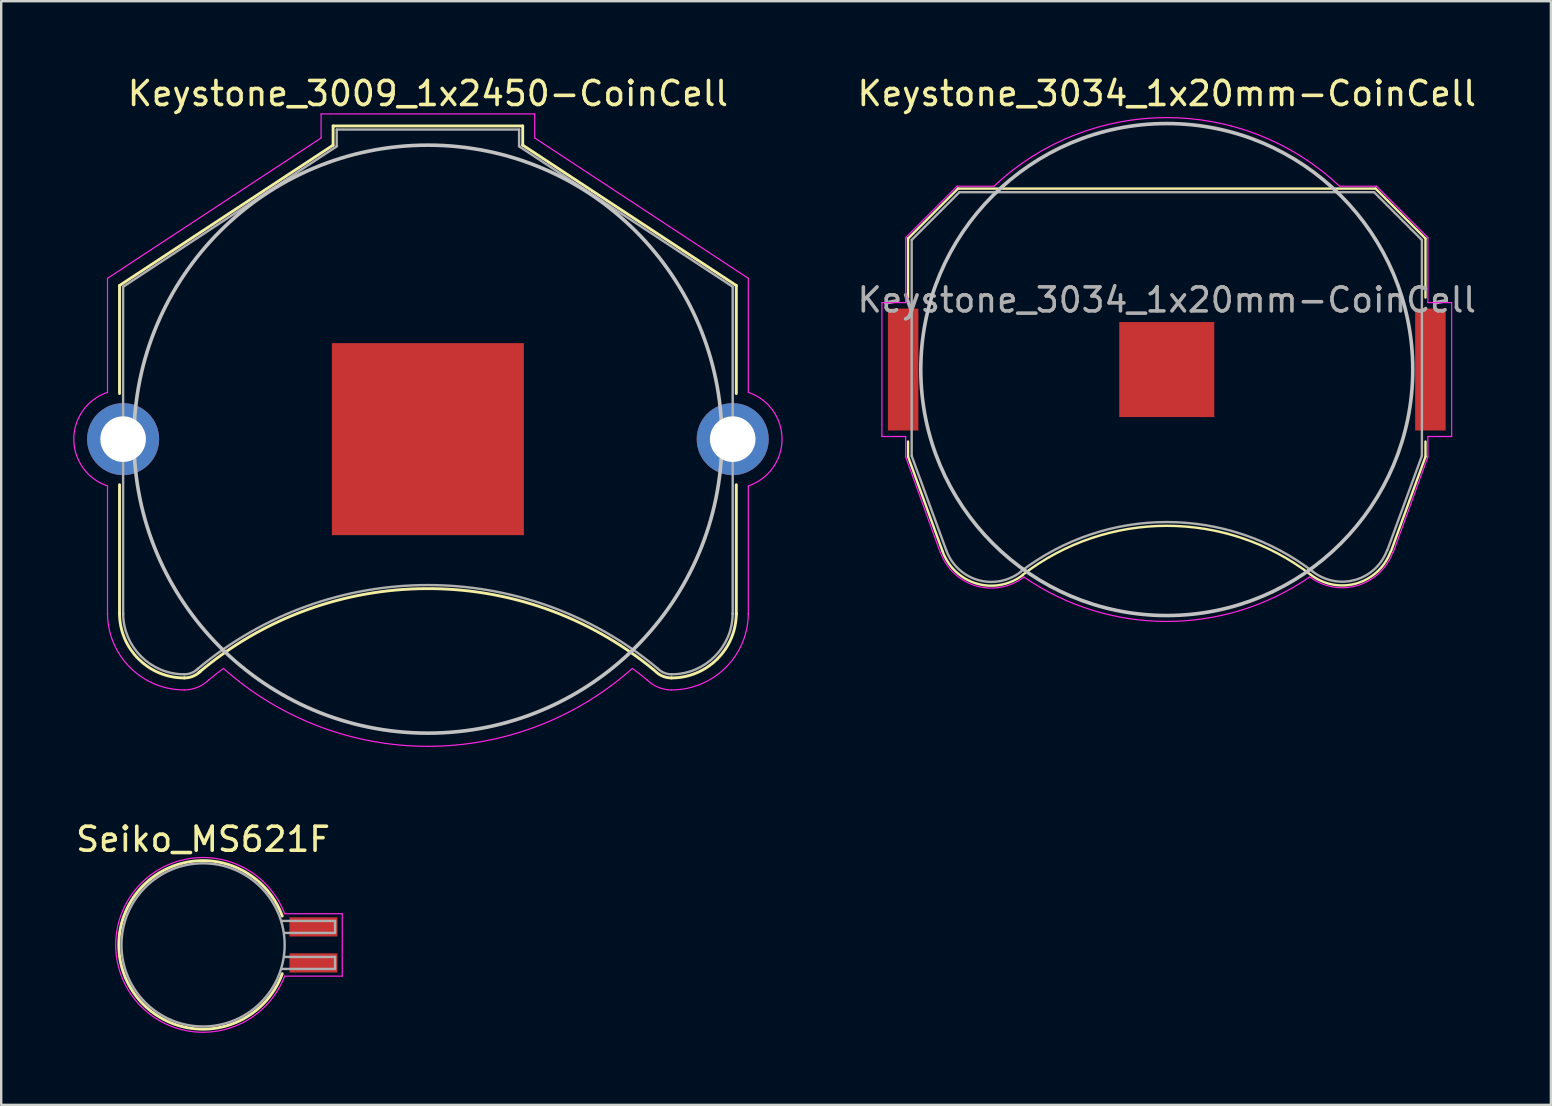
<source format=kicad_pcb>
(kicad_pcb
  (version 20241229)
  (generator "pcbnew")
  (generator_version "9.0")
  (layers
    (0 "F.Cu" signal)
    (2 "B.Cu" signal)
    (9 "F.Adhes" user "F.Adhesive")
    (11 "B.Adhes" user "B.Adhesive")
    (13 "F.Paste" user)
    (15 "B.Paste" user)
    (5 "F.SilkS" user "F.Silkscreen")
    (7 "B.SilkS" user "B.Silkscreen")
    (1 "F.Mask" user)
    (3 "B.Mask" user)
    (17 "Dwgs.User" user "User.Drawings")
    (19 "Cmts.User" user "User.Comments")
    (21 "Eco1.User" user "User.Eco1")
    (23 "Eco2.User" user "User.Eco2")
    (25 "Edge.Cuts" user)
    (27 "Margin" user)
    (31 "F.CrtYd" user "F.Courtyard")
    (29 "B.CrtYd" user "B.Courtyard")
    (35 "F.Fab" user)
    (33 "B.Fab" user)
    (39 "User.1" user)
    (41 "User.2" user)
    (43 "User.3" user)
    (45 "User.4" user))
  (footprint "Keystone_3009_1x2450-CoinCell"
    (layer "F.Cu")
    (at 14.78 15.248)
    (property "Reference" "Keystone_3009_1x2450-CoinCell" (at 0 -14.4 0) (layer "F.SilkS") (effects (font (size 1 1) (thickness 0.15))))
    (attr through_hole)
    (fp_line (start -12.85 -6.4) (end -12.85 -1.9) (stroke (width 0.12) (type solid)) (layer "F.SilkS"))
    (fp_line (start -12.85 1.9) (end -12.85 7.3) (stroke (width 0.12) (type solid)) (layer "F.SilkS"))
    (fp_line (start -3.95 -13.05) (end -3.95 -12.25) (stroke (width 0.12) (type solid)) (layer "F.SilkS"))
    (fp_line (start -3.95 -13.05) (end 3.95 -13.05) (stroke (width 0.12) (type solid)) (layer "F.SilkS"))
    (fp_line (start -3.95 -12.25) (end -12.85 -6.4) (stroke (width 0.12) (type solid)) (layer "F.SilkS"))
    (fp_line (start 3.95 -13.05) (end 3.95 -12.25) (stroke (width 0.12) (type solid)) (layer "F.SilkS"))
    (fp_line (start 3.95 -12.25) (end 12.85 -6.4) (stroke (width 0.12) (type solid)) (layer "F.SilkS"))
    (fp_line (start 12.85 -6.4) (end 12.85 -1.9) (stroke (width 0.12) (type solid)) (layer "F.SilkS"))
    (fp_line (start 12.85 1.9) (end 12.85 7.3) (stroke (width 0.12) (type solid)) (layer "F.SilkS"))
    (fp_arc (start -10.15 9.95) (mid -12.059188 9.159188) (end -12.85 7.25) (stroke (width 0.12) (type solid)) (layer "F.SilkS"))
    (fp_arc (start -9.55 9.73) (mid -0.071508 6.228057) (end 9.440443 9.638071) (stroke (width 0.12) (type solid)) (layer "F.SilkS"))
    (fp_arc (start -9.478249 9.671751) (mid -9.786451 9.877685) (end -10.15 9.95) (stroke (width 0.12) (type solid)) (layer "F.SilkS"))
    (fp_arc (start 10.15 9.95) (mid 9.786451 9.877686) (end 9.478249 9.671751) (stroke (width 0.12) (type solid)) (layer "F.SilkS"))
    (fp_arc (start 12.85 7.25) (mid 12.059188 9.159188) (end 10.15 9.95) (stroke (width 0.12) (type solid)) (layer "F.SilkS"))
    (fp_circle (center 0 0) (end 12.25 0) (stroke (width 0.15) (type solid)) (fill no) (layer "Dwgs.User"))
    (fp_line (start -13.35 -6.7) (end -13.35 -1.95) (stroke (width 0.05) (type solid)) (layer "F.CrtYd"))
    (fp_line (start -13.35 1.95) (end -13.35 7.3) (stroke (width 0.05) (type solid)) (layer "F.CrtYd"))
    (fp_line (start -4.45 -13.55) (end -4.45 -12.55) (stroke (width 0.05) (type solid)) (layer "F.CrtYd"))
    (fp_line (start -4.45 -13.55) (end 4.45 -13.55) (stroke (width 0.05) (type solid)) (layer "F.CrtYd"))
    (fp_line (start -4.45 -12.55) (end -13.35 -6.7) (stroke (width 0.05) (type solid)) (layer "F.CrtYd"))
    (fp_line (start 4.45 -13.55) (end 4.45 -12.55) (stroke (width 0.05) (type solid)) (layer "F.CrtYd"))
    (fp_line (start 4.45 -12.55) (end 13.35 -6.7) (stroke (width 0.05) (type solid)) (layer "F.CrtYd"))
    (fp_line (start 13.35 -6.7) (end 13.35 -1.95) (stroke (width 0.05) (type solid)) (layer "F.CrtYd"))
    (fp_line (start 13.35 1.95) (end 13.35 7.3) (stroke (width 0.05) (type solid)) (layer "F.CrtYd"))
    (fp_arc (start -13.35 1.95) (mid -14.755479 0.002334) (end -13.354426 -1.948519) (stroke (width 0.05) (type solid)) (layer "F.CrtYd"))
    (fp_arc (start -10.15 10.45) (mid -12.412742 9.512742) (end -13.35 7.25) (stroke (width 0.05) (type solid)) (layer "F.CrtYd"))
    (fp_arc (start -9.15 10.05) (mid -8.840691 9.798786) (end -8.524488 9.556307) (stroke (width 0.05) (type solid)) (layer "F.CrtYd"))
    (fp_arc (start -9.124695 10.025305) (mid -9.595109 10.339626) (end -10.15 10.45) (stroke (width 0.05) (type solid)) (layer "F.CrtYd"))
    (fp_arc (start 0 12.8) (mid -4.55581 11.961797) (end -8.514949 9.556969) (stroke (width 0.05) (type solid)) (layer "F.CrtYd"))
    (fp_arc (start 8.514949 9.556969) (mid 4.55581 11.961798) (end 0 12.8) (stroke (width 0.05) (type solid)) (layer "F.CrtYd"))
    (fp_arc (start 8.524488 9.556307) (mid 8.840691 9.798786) (end 9.15 10.05) (stroke (width 0.05) (type solid)) (layer "F.CrtYd"))
    (fp_arc (start 10.15 10.45) (mid 9.595109 10.339625) (end 9.124695 10.025305) (stroke (width 0.05) (type solid)) (layer "F.CrtYd"))
    (fp_arc (start 13.35 7.25) (mid 12.412742 9.512742) (end 10.15 10.45) (stroke (width 0.05) (type solid)) (layer "F.CrtYd"))
    (fp_arc (start 13.354426 -1.948519) (mid 14.755479 0.002334) (end 13.35 1.95) (stroke (width 0.05) (type solid)) (layer "F.CrtYd"))
    (fp_line (start -12.7 -6.35) (end -12.7 7.3) (stroke (width 0.1) (type solid)) (layer "F.Fab"))
    (fp_line (start -3.8 -12.9) (end -3.8 -12.2) (stroke (width 0.1) (type solid)) (layer "F.Fab"))
    (fp_line (start -3.8 -12.9) (end 3.8 -12.9) (stroke (width 0.1) (type solid)) (layer "F.Fab"))
    (fp_line (start -3.8 -12.2) (end -12.7 -6.35) (stroke (width 0.1) (type solid)) (layer "F.Fab"))
    (fp_line (start 3.8 -12.9) (end 3.8 -12.2) (stroke (width 0.1) (type solid)) (layer "F.Fab"))
    (fp_line (start 3.8 -12.2) (end 12.7 -6.35) (stroke (width 0.1) (type solid)) (layer "F.Fab"))
    (fp_line (start 12.7 -6.35) (end 12.7 7.3) (stroke (width 0.1) (type solid)) (layer "F.Fab"))
    (fp_arc (start -10.15 9.8) (mid -11.953122 9.053122) (end -12.7 7.25) (stroke (width 0.1) (type solid)) (layer "F.Fab"))
    (fp_arc (start -9.6 9.58) (mid -0.013392 6.081011) (end 9.579482 9.562783) (stroke (width 0.1) (type solid)) (layer "F.Fab"))
    (fp_arc (start -9.584315 9.565685) (mid -9.843853 9.739103) (end -10.15 9.8) (stroke (width 0.1) (type solid)) (layer "F.Fab"))
    (fp_arc (start 10.15 9.8) (mid 9.843853 9.739104) (end 9.584315 9.565685) (stroke (width 0.1) (type solid)) (layer "F.Fab"))
    (fp_arc (start 12.7 7.25) (mid 11.953122 9.053122) (end 10.15 9.8) (stroke (width 0.1) (type solid)) (layer "F.Fab"))
    (pad "1" thru_hole circle (at -12.7 0) (size 3 3) (drill 1.9) (layers "*.Cu" "*.Mask"))
    (pad "1" thru_hole circle (at 12.7 0) (size 3 3) (drill 1.9) (layers "*.Cu" "*.Mask"))
    (pad "2" smd rect (at 0 0) (size 8 8) (layers "F.Cu" "F.Mask")))
  (footprint "Seiko_MS621F"
    (layer "F.Cu")
    (at 10.011 36.322)
    (property "Reference" "Seiko_MS621F" (at -4.6 -4.4 0) (layer "F.SilkS") (effects (font (size 1 1) (thickness 0.15))))
    (attr smd)
    (fp_arc (start -1.3 1.2) (mid -8.11141 0.001035) (end -1.300708 -1.201946) (stroke (width 0.12) (type solid)) (layer "F.SilkS"))
    (fp_line (start -1.2 -1.3) (end 1.2 -1.3) (stroke (width 0.05) (type solid)) (layer "F.CrtYd"))
    (fp_line (start 1.2 -1.3) (end 1.2 1.3) (stroke (width 0.05) (type solid)) (layer "F.CrtYd"))
    (fp_line (start 1.2 1.3) (end -1.2 1.3) (stroke (width 0.05) (type solid)) (layer "F.CrtYd"))
    (fp_arc (start -1.2 1.3) (mid -8.240055 0) (end -1.2 -1.3) (stroke (width 0.05) (type solid)) (layer "F.CrtYd"))
    (fp_line (start -1.3 -1) (end 0.9 -1) (stroke (width 0.1) (type solid)) (layer "F.Fab"))
    (fp_line (start -1.2 0.5) (end 0.9 0.5) (stroke (width 0.1) (type solid)) (layer "F.Fab"))
    (fp_line (start 0.9 -1) (end 0.9 -0.5) (stroke (width 0.1) (type solid)) (layer "F.Fab"))
    (fp_line (start 0.9 -0.5) (end -1.2 -0.5) (stroke (width 0.1) (type solid)) (layer "F.Fab"))
    (fp_line (start 0.9 0.5) (end 0.9 1) (stroke (width 0.1) (type solid)) (layer "F.Fab"))
    (fp_line (start 0.9 1) (end -1.3 1) (stroke (width 0.1) (type solid)) (layer "F.Fab"))
    (fp_circle (center -4.6 0) (end -4.6 3.4) (stroke (width 0.1) (type solid)) (fill no) (layer "F.Fab"))
    (pad "1" smd rect (at 0 -0.75) (size 2 0.8) (layers "F.Cu" "F.Mask" "F.Paste"))
    (pad "2" smd rect (at 0 0.75) (size 2 0.8) (layers "F.Cu" "F.Mask" "F.Paste")))
  (footprint "Keystone_3034_1x20mm-CoinCell"
    (layer "F.Cu")
    (at 45.567 12.348)
    (property "Reference" "Keystone_3034_1x20mm-CoinCell" (at 0 -11.5 0) (layer "F.SilkS") (effects (font (size 1 1) (thickness 0.15))))
    (attr smd)
    (fp_line (start -10.78 -5.46) (end -10.78 -3) (stroke (width 0.1) (type solid)) (layer "F.SilkS"))
    (fp_line (start -10.78 3) (end -10.78 3.63) (stroke (width 0.1) (type solid)) (layer "F.SilkS"))
    (fp_line (start -10.78 3.63) (end -9.34 7.58) (stroke (width 0.1) (type solid)) (layer "F.SilkS"))
    (fp_line (start -8.7 -7.54) (end -10.78 -5.46) (stroke (width 0.1) (type solid)) (layer "F.SilkS"))
    (fp_line (start 8.7 -7.54) (end -8.7 -7.54) (stroke (width 0.1) (type solid)) (layer "F.SilkS"))
    (fp_line (start 8.7 -7.54) (end 10.78 -5.46) (stroke (width 0.1) (type solid)) (layer "F.SilkS"))
    (fp_line (start 10.78 -5.46) (end 10.78 -3) (stroke (width 0.1) (type solid)) (layer "F.SilkS"))
    (fp_line (start 10.78 3) (end 10.78 3.63) (stroke (width 0.1) (type solid)) (layer "F.SilkS"))
    (fp_line (start 10.78 3.63) (end 9.34 7.58) (stroke (width 0.1) (type solid)) (layer "F.SilkS"))
    (fp_arc (start -6.0046 8.553536) (mid -0.002901 6.511341) (end 6 8.55) (stroke (width 0.1) (type solid)) (layer "F.SilkS"))
    (fp_arc (start -6.003354 8.56653) (mid -7.921654 8.918738) (end -9.34 7.58) (stroke (width 0.1) (type solid)) (layer "F.SilkS"))
    (fp_arc (start 9.325243 7.588169) (mid 7.90634 8.911668) (end 6 8.55) (stroke (width 0.1) (type solid)) (layer "F.SilkS"))
    (fp_circle (center 0 0) (end 0 10.25) (stroke (width 0.15) (type solid)) (fill no) (layer "Dwgs.User"))
    (fp_line (start -11.87 -2.79) (end -11.87 2.79) (stroke (width 0.05) (type solid)) (layer "F.CrtYd"))
    (fp_line (start -11.87 2.79) (end -10.88 2.79) (stroke (width 0.05) (type solid)) (layer "F.CrtYd"))
    (fp_line (start -10.88 -5.5) (end -10.88 -2.79) (stroke (width 0.05) (type solid)) (layer "F.CrtYd"))
    (fp_line (start -10.88 -2.79) (end -11.87 -2.79) (stroke (width 0.05) (type solid)) (layer "F.CrtYd"))
    (fp_line (start -10.88 2.79) (end -10.88 3.64) (stroke (width 0.05) (type solid)) (layer "F.CrtYd"))
    (fp_line (start -10.88 3.64) (end -9.44 7.62) (stroke (width 0.05) (type solid)) (layer "F.CrtYd"))
    (fp_line (start -8.74 -7.64) (end -10.88 -5.5) (stroke (width 0.05) (type solid)) (layer "F.CrtYd"))
    (fp_line (start -7.2 -7.64) (end -8.74 -7.64) (stroke (width 0.05) (type solid)) (layer "F.CrtYd"))
    (fp_line (start 8.74 -7.64) (end 7.2 -7.64) (stroke (width 0.05) (type solid)) (layer "F.CrtYd"))
    (fp_line (start 9.43 7.63) (end 10.88 3.64) (stroke (width 0.05) (type solid)) (layer "F.CrtYd"))
    (fp_line (start 10.88 -5.5) (end 8.74 -7.64) (stroke (width 0.05) (type solid)) (layer "F.CrtYd"))
    (fp_line (start 10.88 -2.79) (end 10.88 -5.5) (stroke (width 0.05) (type solid)) (layer "F.CrtYd"))
    (fp_line (start 10.88 2.79) (end 11.87 2.79) (stroke (width 0.05) (type solid)) (layer "F.CrtYd"))
    (fp_line (start 10.88 3.64) (end 10.88 2.79) (stroke (width 0.05) (type solid)) (layer "F.CrtYd"))
    (fp_line (start 11.87 -2.79) (end 10.88 -2.79) (stroke (width 0.05) (type solid)) (layer "F.CrtYd"))
    (fp_line (start 11.87 2.79) (end 11.87 -2.79) (stroke (width 0.05) (type solid)) (layer "F.CrtYd"))
    (fp_arc (start -7.199546 -7.640427) (mid 0.000312 -10.498075) (end 7.2 -7.64) (stroke (width 0.05) (type solid)) (layer "F.CrtYd"))
    (fp_arc (start -5.956965 8.654604) (mid -7.953941 9.011629) (end -9.43 7.62) (stroke (width 0.05) (type solid)) (layer "F.CrtYd"))
    (fp_arc (start 5.945368 8.650075) (mid -0.008883 10.496243) (end -5.96 8.64) (stroke (width 0.05) (type solid)) (layer "F.CrtYd"))
    (fp_arc (start 9.415144 7.621341) (mid 7.944017 9.000493) (end 5.96 8.64) (stroke (width 0.05) (type solid)) (layer "F.CrtYd"))
    (fp_line (start -10.63 -5.4) (end -8.64 -7.39) (stroke (width 0.1) (type solid)) (layer "F.Fab"))
    (fp_line (start -10.63 3.6) (end -10.63 -5.4) (stroke (width 0.1) (type solid)) (layer "F.Fab"))
    (fp_line (start -9.19 7.53) (end -10.63 3.6) (stroke (width 0.1) (type solid)) (layer "F.Fab"))
    (fp_line (start -8.64 -7.39) (end 8.64 -7.39) (stroke (width 0.1) (type solid)) (layer "F.Fab"))
    (fp_line (start 8.64 -7.39) (end 10.63 -5.4) (stroke (width 0.1) (type solid)) (layer "F.Fab"))
    (fp_line (start 10.63 -5.4) (end 10.63 3.6) (stroke (width 0.1) (type solid)) (layer "F.Fab"))
    (fp_line (start 10.63 3.6) (end 9.19 7.53) (stroke (width 0.1) (type solid)) (layer "F.Fab"))
    (fp_arc (start -6.096146 8.438508) (mid -7.87328 8.768206) (end -9.19 7.53) (stroke (width 0.1) (type solid)) (layer "F.Fab"))
    (fp_arc (start -6.094852 8.426043) (mid 0.003247 6.355257) (end 6.1 8.43) (stroke (width 0.1) (type solid)) (layer "F.Fab"))
    (fp_arc (start 9.180727 7.528882) (mid 7.868698 8.760067) (end 6.1 8.43) (stroke (width 0.1) (type solid)) (layer "F.Fab"))
    (fp_text user "${REFERENCE}" (at 0 -2.9 0) (layer "F.Fab") (effects (font (size 1 1) (thickness 0.15))))
    (pad "1" smd rect (at -10.985 0) (size 1.27 5.08) (layers "F.Cu" "F.Mask" "F.Paste"))
    (pad "1" smd rect (at 10.985 0) (size 1.27 5.08) (layers "F.Cu" "F.Mask" "F.Paste"))
    (pad "2" smd rect (at 0 0) (size 3.96 3.96) (layers "F.Cu" "F.Mask" "F.Paste")))
  (gr_rect
    (start -3 -3)
    (end 61.573 42.987)
    (stroke (width 0.1) (type default))
    (fill no)
    (layer "Edge.Cuts")))
</source>
